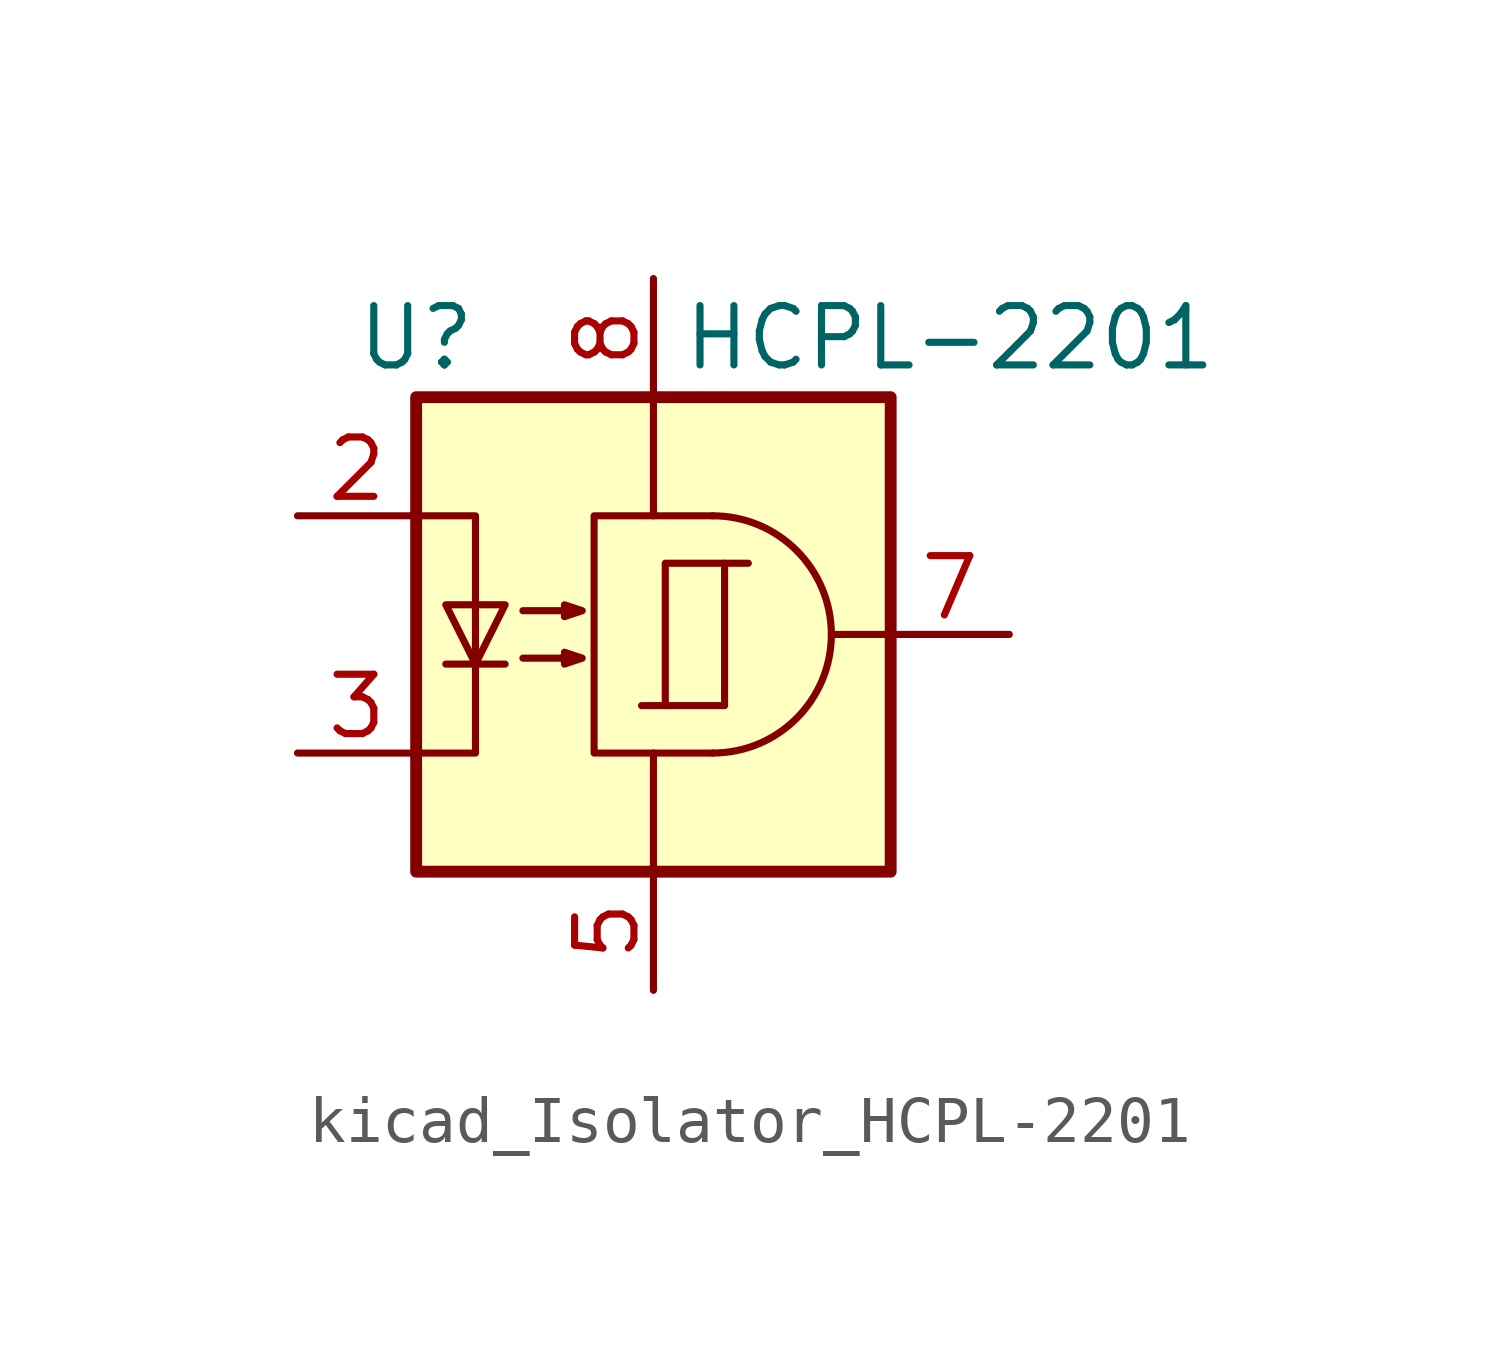
<source format=kicad_sym>
(kicad_symbol_lib
  (version 20220914)
  (generator kicad_symbol_editor)
  (symbol "kicad_Isolator_HCPL-2201"
    (property "Reference" "U"
      (at -5.08 6.35 0)
      (effects (font (size 1.27 1.27))))
    (property "Value" "HCPL-2201"
      (at 6.35 6.35 0)
      (effects (font (size 1.27 1.27))))
    (symbol "kicad_Isolator_HCPL-2201_0_1"
      (polyline (pts (xy 5.08 0) (xy 3.81 0)) (stroke (width 0) (type default)) (fill (type none))))
    (symbol "kicad_Isolator_HCPL-2201_1_1"
      (rectangle (start -5.08 5.08) (end 5.08 -5.08) (stroke (width 0.254) (type default)) (fill (type background)))
      (polyline (pts (xy -4.445 -0.635) (xy -3.175 -0.635)) (stroke (width 0) (type default)) (fill (type none)))
      (polyline (pts (xy 0 2.54) (xy 0 5.08)) (stroke (width 0) (type default)) (fill (type none)))
      (polyline (pts (xy 0.254 -1.524) (xy -0.254 -1.524)) (stroke (width 0) (type default)) (fill (type none)))
      (polyline (pts (xy 1.524 1.524) (xy 2.032 1.524)) (stroke (width 0) (type default)) (fill (type none)))
      (polyline (pts (xy 0 -2.54) (xy 0 -5.08) (xy 0 -3.81)) (stroke (width 0) (type default)) (fill (type none)))
      (polyline (pts (xy -5.08 -2.54) (xy -3.81 -2.54) (xy -3.81 2.54) (xy -5.08 2.54)) (stroke (width 0) (type default)) (fill (type none)))
      (polyline (pts (xy -3.81 -0.635) (xy -4.445 0.635) (xy -3.175 0.635) (xy -3.81 -0.635)) (stroke (width 0) (type default)) (fill (type none)))
      (polyline (pts (xy 1.27 -2.54) (xy -1.27 -2.54) (xy -1.27 2.54) (xy 1.27 2.54)) (stroke (width 0) (type default)) (fill (type none)))
      (polyline (pts (xy -2.794 -0.508) (xy -1.524 -0.508) (xy -1.905 -0.635) (xy -1.905 -0.381) (xy -1.524 -0.508)) (stroke (width 0) (type default)) (fill (type none)))
      (polyline (pts (xy -2.794 0.508) (xy -1.524 0.508) (xy -1.905 0.381) (xy -1.905 0.635) (xy -1.524 0.508)) (stroke (width 0) (type default)) (fill (type none)))
      (rectangle (start 0.254 1.524) (end 1.524 -1.524) (stroke (width 0) (type default)) (fill (type none)))
      (arc (start 1.27 -2.54) (mid 3.799 0) (end 1.27 2.54) (stroke (width 0) (type default)) (fill (type none)))
      (pin no_connect line (at -5.08 0 0) (length 2.54) hide (name "~" (effects (font (size 1.27 1.27)))) (number "1" (effects (font (size 1.27 1.27)))))
      (pin passive line (at -7.62 2.54 0) (length 2.54) (name "~" (effects (font (size 1.27 1.27)))) (number "2" (effects (font (size 1.27 1.27)))))
      (pin passive line (at -7.62 -2.54 0) (length 2.54) (name "~" (effects (font (size 1.27 1.27)))) (number "3" (effects (font (size 1.27 1.27)))))
      (pin no_connect line (at -5.08 -5.08 0) (length 2.54) hide (name "~" (effects (font (size 1.27 1.27)))) (number "4" (effects (font (size 1.27 1.27)))))
      (pin power_in line (at 0 -7.62 90) (length 2.54) (name "~" (effects (font (size 1.27 1.27)))) (number "5" (effects (font (size 1.27 1.27)))))
      (pin no_connect line (at 5.08 -2.54 180) (length 2.54) hide (name "~" (effects (font (size 1.27 1.27)))) (number "6" (effects (font (size 1.27 1.27)))))
      (pin output line (at 7.62 0 180) (length 2.54) (name "~" (effects (font (size 1.27 1.27)))) (number "7" (effects (font (size 1.27 1.27)))))
      (pin power_in line (at 0 7.62 270) (length 2.54) (name "~" (effects (font (size 1.27 1.27)))) (number "8" (effects (font (size 1.27 1.27))))))))
</source>
